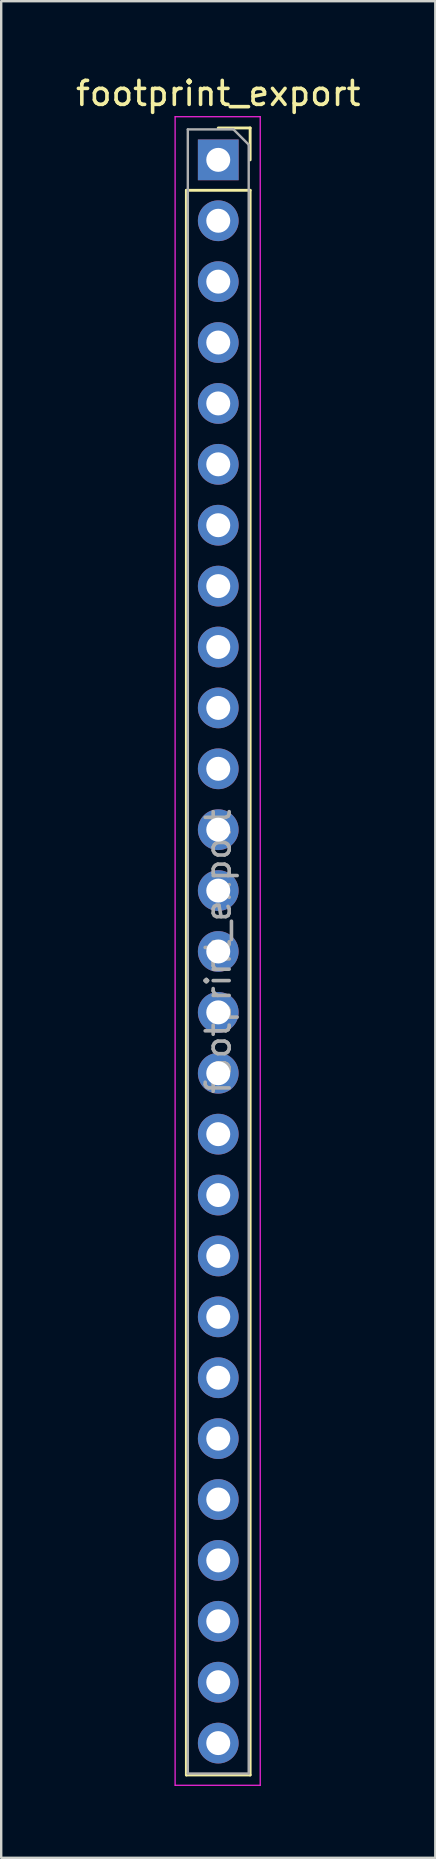
<source format=kicad_pcb>
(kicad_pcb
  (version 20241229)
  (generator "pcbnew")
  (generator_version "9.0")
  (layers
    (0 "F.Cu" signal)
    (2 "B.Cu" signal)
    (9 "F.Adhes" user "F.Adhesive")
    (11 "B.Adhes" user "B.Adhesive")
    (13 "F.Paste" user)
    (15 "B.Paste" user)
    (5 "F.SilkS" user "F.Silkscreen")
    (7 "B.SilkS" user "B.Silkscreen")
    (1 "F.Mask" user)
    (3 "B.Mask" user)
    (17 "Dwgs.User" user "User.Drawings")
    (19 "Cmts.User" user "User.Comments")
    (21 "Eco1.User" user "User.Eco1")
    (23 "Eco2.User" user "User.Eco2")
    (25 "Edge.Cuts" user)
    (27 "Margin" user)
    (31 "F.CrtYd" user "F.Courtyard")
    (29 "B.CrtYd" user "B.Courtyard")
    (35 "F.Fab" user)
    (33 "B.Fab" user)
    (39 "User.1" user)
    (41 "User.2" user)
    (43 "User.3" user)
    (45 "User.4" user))
  (footprint "footprint_export"
    (layer "F.Cu")
    (at 6.054 3.618)
    (property "Reference" "footprint_export" (at 0 -2.77 0) (layer "F.SilkS") (effects (font (size 1 1) (thickness 0.15))))
    (attr through_hole)
    (fp_line (start -1.33 1.27) (end -1.33 67.37) (stroke (width 0.12) (type solid)) (layer "F.SilkS"))
    (fp_line (start -1.33 1.27) (end 1.33 1.27) (stroke (width 0.12) (type solid)) (layer "F.SilkS"))
    (fp_line (start -1.33 67.37) (end 1.33 67.37) (stroke (width 0.12) (type solid)) (layer "F.SilkS"))
    (fp_line (start 0 -1.33) (end 1.33 -1.33) (stroke (width 0.12) (type solid)) (layer "F.SilkS"))
    (fp_line (start 1.33 -1.33) (end 1.33 0) (stroke (width 0.12) (type solid)) (layer "F.SilkS"))
    (fp_line (start 1.33 1.27) (end 1.33 67.37) (stroke (width 0.12) (type solid)) (layer "F.SilkS"))
    (fp_line (start -1.8 -1.8) (end 1.75 -1.8) (stroke (width 0.05) (type solid)) (layer "F.CrtYd"))
    (fp_line (start -1.8 67.8) (end -1.8 -1.8) (stroke (width 0.05) (type solid)) (layer "F.CrtYd"))
    (fp_line (start 1.75 -1.8) (end 1.75 67.8) (stroke (width 0.05) (type solid)) (layer "F.CrtYd"))
    (fp_line (start 1.75 67.8) (end -1.8 67.8) (stroke (width 0.05) (type solid)) (layer "F.CrtYd"))
    (fp_line (start -1.27 -1.27) (end 0.635 -1.27) (stroke (width 0.1) (type solid)) (layer "F.Fab"))
    (fp_line (start -1.27 67.31) (end -1.27 -1.27) (stroke (width 0.1) (type solid)) (layer "F.Fab"))
    (fp_line (start 0.635 -1.27) (end 1.27 -0.635) (stroke (width 0.1) (type solid)) (layer "F.Fab"))
    (fp_line (start 1.27 -0.635) (end 1.27 67.31) (stroke (width 0.1) (type solid)) (layer "F.Fab"))
    (fp_line (start 1.27 67.31) (end -1.27 67.31) (stroke (width 0.1) (type solid)) (layer "F.Fab"))
    (fp_text user "${REFERENCE}" (at 0 33.02 90) (layer "F.Fab") (effects (font (size 1 1) (thickness 0.15))))
    (pad "1" thru_hole rect (at 0 0) (size 1.7 1.7) (drill 1) (layers "*.Cu" "*.Mask"))
    (pad "2" thru_hole oval (at 0 2.54) (size 1.7 1.7) (drill 1) (layers "*.Cu" "*.Mask"))
    (pad "3" thru_hole oval (at 0 5.08) (size 1.7 1.7) (drill 1) (layers "*.Cu" "*.Mask"))
    (pad "4" thru_hole oval (at 0 7.62) (size 1.7 1.7) (drill 1) (layers "*.Cu" "*.Mask"))
    (pad "5" thru_hole oval (at 0 10.16) (size 1.7 1.7) (drill 1) (layers "*.Cu" "*.Mask"))
    (pad "6" thru_hole oval (at 0 12.7) (size 1.7 1.7) (drill 1) (layers "*.Cu" "*.Mask"))
    (pad "7" thru_hole oval (at 0 15.24) (size 1.7 1.7) (drill 1) (layers "*.Cu" "*.Mask"))
    (pad "8" thru_hole oval (at 0 17.78) (size 1.7 1.7) (drill 1) (layers "*.Cu" "*.Mask"))
    (pad "9" thru_hole oval (at 0 20.32) (size 1.7 1.7) (drill 1) (layers "*.Cu" "*.Mask"))
    (pad "10" thru_hole oval (at 0 22.86) (size 1.7 1.7) (drill 1) (layers "*.Cu" "*.Mask"))
    (pad "11" thru_hole oval (at 0 25.4) (size 1.7 1.7) (drill 1) (layers "*.Cu" "*.Mask"))
    (pad "12" thru_hole oval (at 0 27.94) (size 1.7 1.7) (drill 1) (layers "*.Cu" "*.Mask"))
    (pad "13" thru_hole oval (at 0 30.48) (size 1.7 1.7) (drill 1) (layers "*.Cu" "*.Mask"))
    (pad "14" thru_hole oval (at 0 33.02) (size 1.7 1.7) (drill 1) (layers "*.Cu" "*.Mask"))
    (pad "15" thru_hole oval (at 0 35.56) (size 1.7 1.7) (drill 1) (layers "*.Cu" "*.Mask"))
    (pad "16" thru_hole oval (at 0 38.1) (size 1.7 1.7) (drill 1) (layers "*.Cu" "*.Mask"))
    (pad "17" thru_hole oval (at 0 40.64) (size 1.7 1.7) (drill 1) (layers "*.Cu" "*.Mask"))
    (pad "18" thru_hole oval (at 0 43.18) (size 1.7 1.7) (drill 1) (layers "*.Cu" "*.Mask"))
    (pad "19" thru_hole oval (at 0 45.72) (size 1.7 1.7) (drill 1) (layers "*.Cu" "*.Mask"))
    (pad "20" thru_hole oval (at 0 48.26) (size 1.7 1.7) (drill 1) (layers "*.Cu" "*.Mask"))
    (pad "21" thru_hole oval (at 0 50.8) (size 1.7 1.7) (drill 1) (layers "*.Cu" "*.Mask"))
    (pad "22" thru_hole oval (at 0 53.34) (size 1.7 1.7) (drill 1) (layers "*.Cu" "*.Mask"))
    (pad "23" thru_hole oval (at 0 55.88) (size 1.7 1.7) (drill 1) (layers "*.Cu" "*.Mask"))
    (pad "24" thru_hole oval (at 0 58.42) (size 1.7 1.7) (drill 1) (layers "*.Cu" "*.Mask"))
    (pad "25" thru_hole oval (at 0 60.96) (size 1.7 1.7) (drill 1) (layers "*.Cu" "*.Mask"))
    (pad "26" thru_hole oval (at 0 63.5) (size 1.7 1.7) (drill 1) (layers "*.Cu" "*.Mask"))
    (pad "27" thru_hole oval (at 0 66.04) (size 1.7 1.7) (drill 1) (layers "*.Cu" "*.Mask")))
  (gr_rect
    (start -3 -3)
    (end 15.107 74.443)
    (stroke (width 0.1) (type default))
    (fill no)
    (layer "Edge.Cuts")))
</source>
